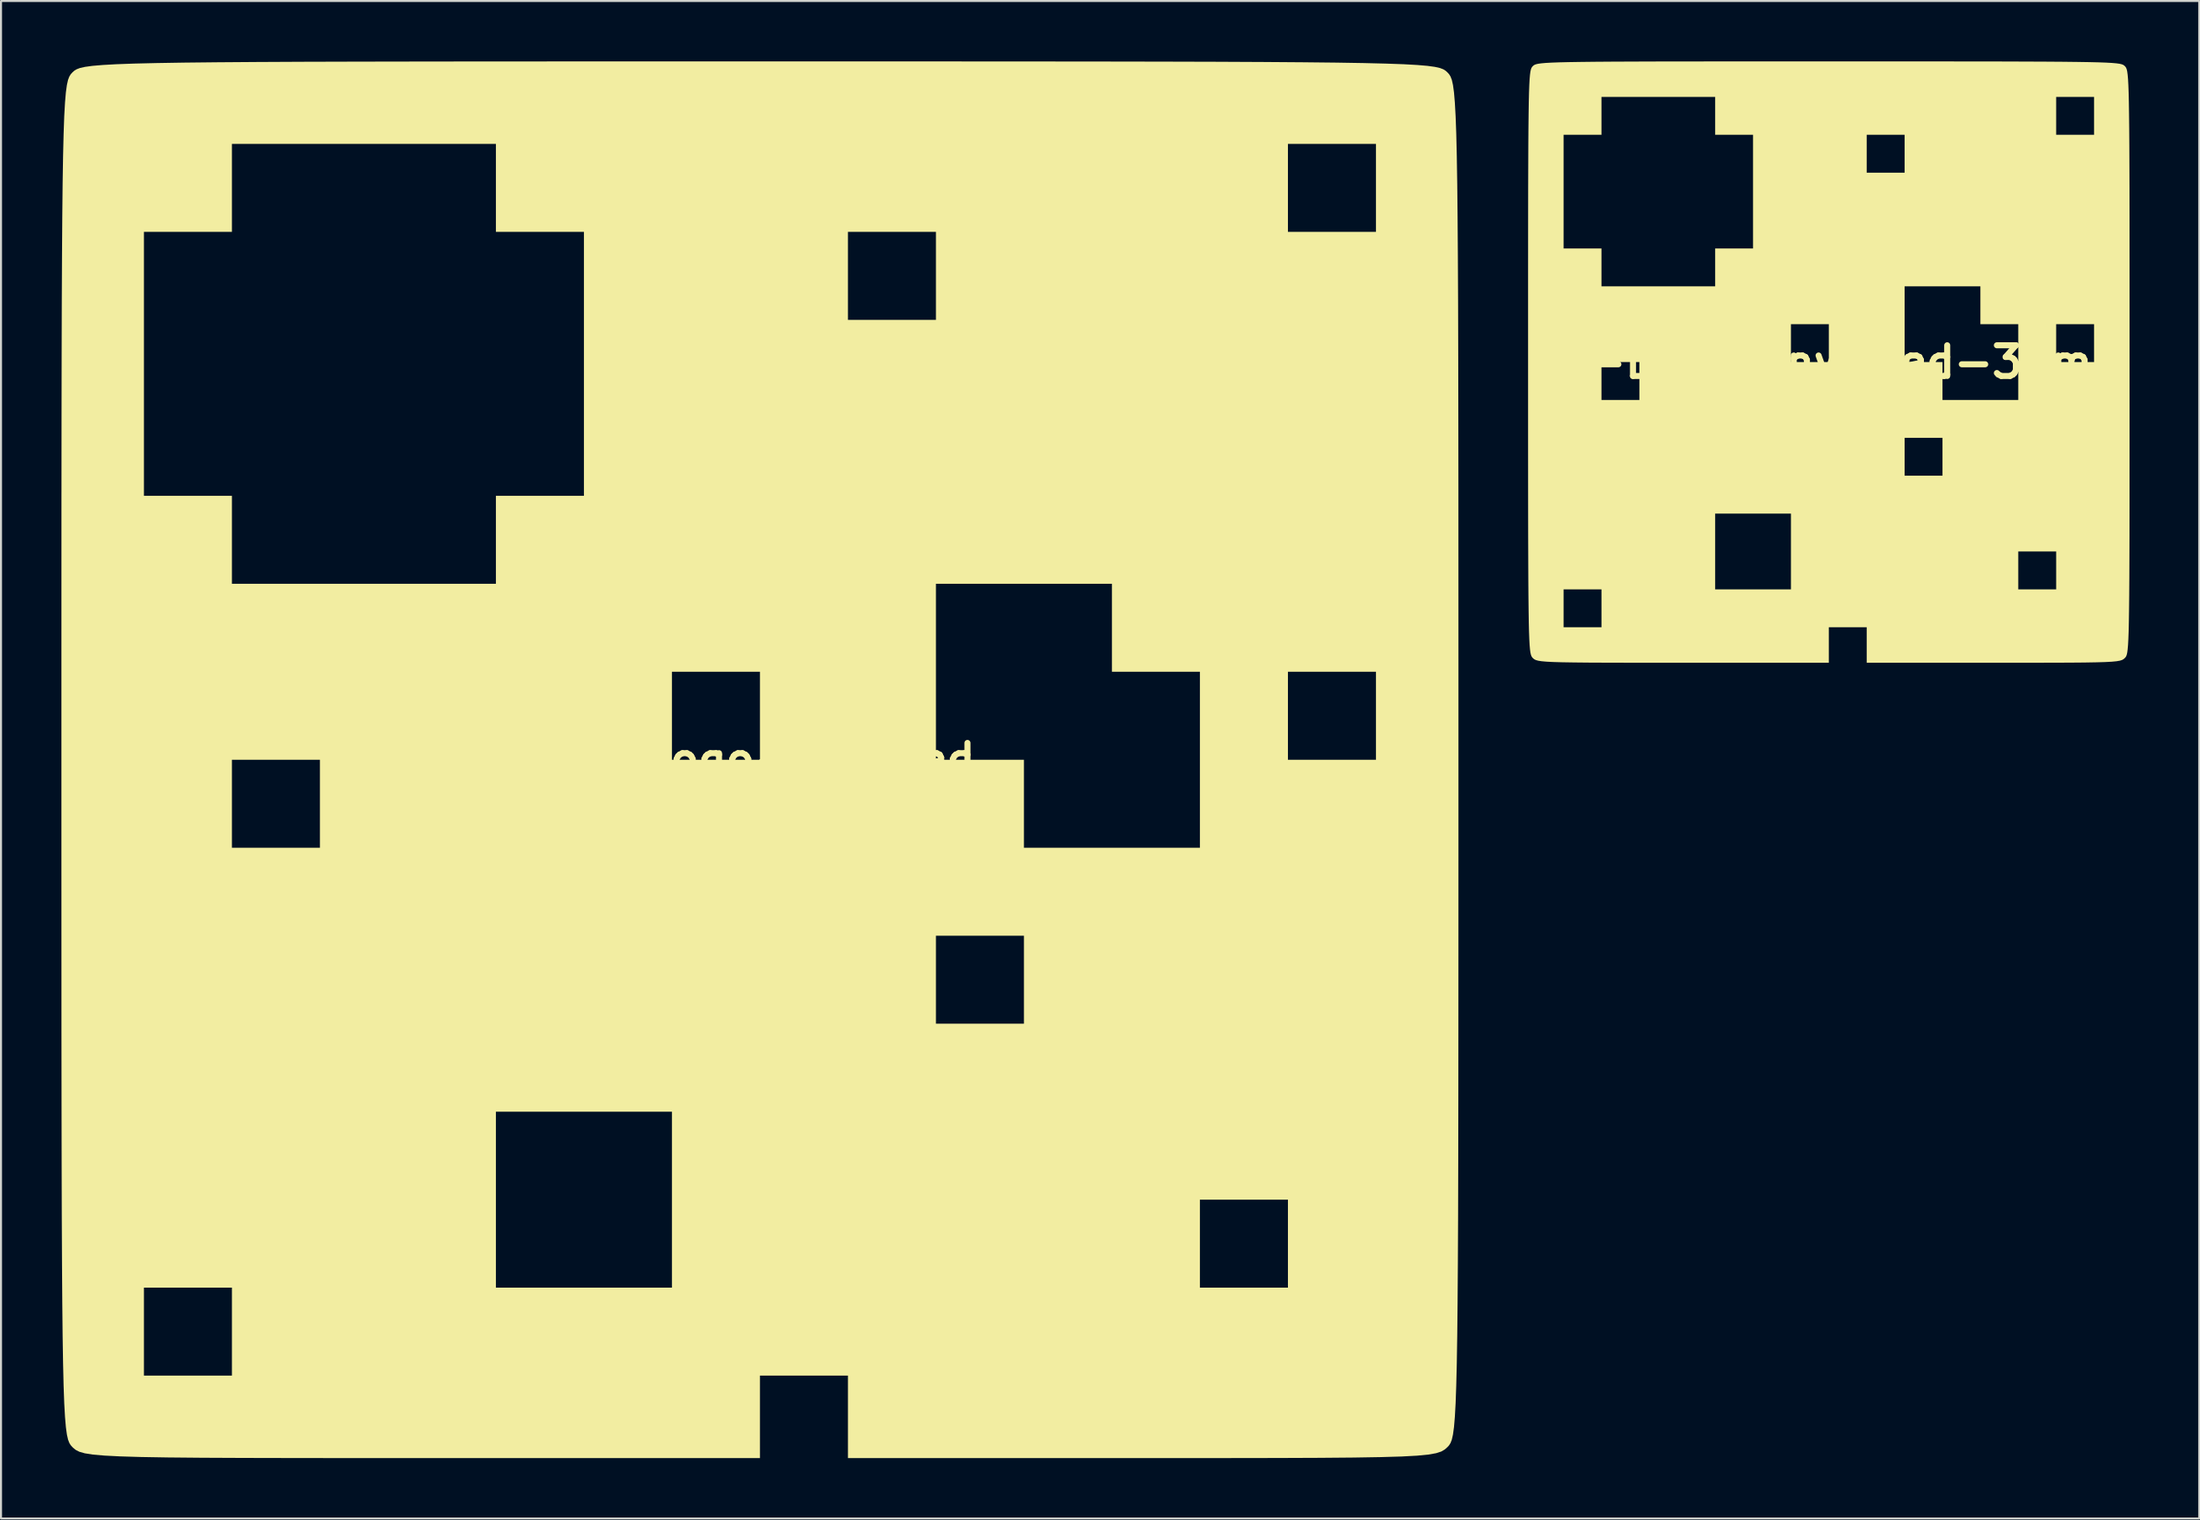
<source format=kicad_pcb>
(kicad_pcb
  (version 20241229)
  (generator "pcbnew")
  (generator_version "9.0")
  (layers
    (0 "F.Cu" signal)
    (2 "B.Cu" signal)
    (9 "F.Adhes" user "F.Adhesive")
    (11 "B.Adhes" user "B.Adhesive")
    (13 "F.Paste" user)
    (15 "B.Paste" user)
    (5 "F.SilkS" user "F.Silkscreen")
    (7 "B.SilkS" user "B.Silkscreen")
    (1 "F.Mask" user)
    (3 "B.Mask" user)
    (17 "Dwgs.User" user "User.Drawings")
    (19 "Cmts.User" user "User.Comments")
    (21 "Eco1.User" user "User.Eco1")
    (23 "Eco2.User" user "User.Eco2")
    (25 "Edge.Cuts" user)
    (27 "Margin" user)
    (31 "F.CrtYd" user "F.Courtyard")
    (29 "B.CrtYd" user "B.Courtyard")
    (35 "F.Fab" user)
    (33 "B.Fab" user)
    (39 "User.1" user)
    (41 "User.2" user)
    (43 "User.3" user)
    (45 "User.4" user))
  (footprint "BU-Logo-Inverted"
    (layer "F.Cu")
    (at 34.686 34.686)
    (property "Reference" "BU-Logo-Inverted" (at 0 0 0) (layer "F.SilkS") (effects (font (size 1.524 1.524) (thickness 0.3))))
    (attr board_only exclude_from_pos_files exclude_from_bom)
    (fp_poly (pts (xy 4.979 -34.686) (xy 9.44 -34.685) (xy 13.414 -34.683) (xy 16.927 -34.68) (xy 20.01 -34.675) (xy 22.691 -34.668) (xy 25 -34.657) (xy 26.964 -34.643) (xy 28.614 -34.626) (xy 29.977 -34.604) (xy 31.083 -34.577) (xy 31.961 -34.546) (xy 32.639 -34.508) (xy 33.147 -34.465) (xy 33.513 -34.415) (xy 33.767 -34.358) (xy 33.937 -34.293) (xy 34.051 -34.221) (xy 34.14 -34.14) (xy 34.221 -34.051) (xy 34.293 -33.936) (xy 34.358 -33.767) (xy 34.415 -33.513) (xy 34.465 -33.146) (xy 34.508 -32.638) (xy 34.546 -31.96) (xy 34.578 -31.082) (xy 34.604 -29.975) (xy 34.626 -28.611) (xy 34.643 -26.961) (xy 34.657 -24.996) (xy 34.668 -22.687) (xy 34.675 -20.005) (xy 34.68 -16.922) (xy 34.684 -13.407) (xy 34.685 -9.433) (xy 34.686 -4.971) (xy 34.686 0) (xy 34.686 4.979) (xy 34.685 9.44) (xy 34.683 13.414) (xy 34.68 16.927) (xy 34.675 20.01) (xy 34.668 22.691) (xy 34.657 25) (xy 34.643 26.964) (xy 34.626 28.614) (xy 34.604 29.977) (xy 34.577 31.083) (xy 34.546 31.961) (xy 34.508 32.639) (xy 34.465 33.147) (xy 34.415 33.513) (xy 34.358 33.767) (xy 34.293 33.937) (xy 34.221 34.051) (xy 34.14 34.14) (xy 34.006 34.259) (xy 33.833 34.36) (xy 33.577 34.443) (xy 33.193 34.511) (xy 32.636 34.565) (xy 31.862 34.607) (xy 30.825 34.637) (xy 29.481 34.659) (xy 27.785 34.673) (xy 25.692 34.681) (xy 23.158 34.685) (xy 20.138 34.686) (xy 18.982 34.686) (xy 4.37 34.686) (xy 4.37 30.589) (xy 0 30.589) (xy 0 34.686) (xy -16.797 34.686) (xy -20.243 34.686) (xy -23.184 34.683) (xy -25.662 34.678) (xy -27.718 34.669) (xy -29.394 34.654) (xy -30.732 34.632) (xy -31.773 34.601) (xy -32.558 34.561) (xy -33.129 34.511) (xy -33.528 34.448) (xy -33.796 34.371) (xy -33.975 34.28) (xy -34.106 34.173) (xy -34.14 34.14) (xy -34.221 34.051) (xy -34.293 33.936) (xy -34.358 33.767) (xy -34.415 33.513) (xy -34.465 33.146) (xy -34.508 32.638) (xy -34.546 31.96) (xy -34.578 31.082) (xy -34.589 30.589) (xy -30.589 30.589) (xy -26.219 30.589) (xy -26.219 26.219) (xy -13.11 26.219) (xy -4.37 26.219) (xy 21.849 26.219) (xy 26.219 26.219) (xy 26.219 21.849) (xy 21.849 21.849) (xy 21.849 26.219) (xy -4.37 26.219) (xy -4.37 17.48) (xy -13.11 17.48) (xy -13.11 26.219) (xy -26.219 26.219) (xy -30.589 26.219) (xy -30.589 30.589) (xy -34.589 30.589) (xy -34.604 29.975) (xy -34.626 28.611) (xy -34.643 26.961) (xy -34.657 24.996) (xy -34.668 22.687) (xy -34.675 20.005) (xy -34.68 16.922) (xy -34.684 13.407) (xy -34.684 13.11) (xy 8.74 13.11) (xy 13.11 13.11) (xy 13.11 8.74) (xy 8.74 8.74) (xy 8.74 13.11) (xy -34.684 13.11) (xy -34.685 9.433) (xy -34.686 4.971) (xy -34.686 4.37) (xy -26.219 4.37) (xy -21.849 4.37) (xy -21.849 0) (xy -4.37 0) (xy 0 0) (xy 8.74 0) (xy 13.11 0) (xy 13.11 4.37) (xy 21.849 4.37) (xy 21.849 0) (xy 26.219 0) (xy 30.589 0) (xy 30.589 -4.37) (xy 26.219 -4.37) (xy 26.219 0) (xy 21.849 0) (xy 21.849 -4.37) (xy 17.48 -4.37) (xy 17.48 -8.74) (xy 8.74 -8.74) (xy 8.74 0) (xy 0 0) (xy 0 -4.37) (xy -4.37 -4.37) (xy -4.37 0) (xy -21.849 0) (xy -26.219 0) (xy -26.219 4.37) (xy -34.686 4.37) (xy -34.686 0) (xy -34.686 -4.979) (xy -34.685 -9.44) (xy -34.684 -13.11) (xy -30.589 -13.11) (xy -26.219 -13.11) (xy -26.219 -8.74) (xy -13.11 -8.74) (xy -13.11 -13.11) (xy -8.74 -13.11) (xy -8.74 -21.849) (xy 4.37 -21.849) (xy 8.74 -21.849) (xy 8.74 -26.219) (xy 26.219 -26.219) (xy 30.589 -26.219) (xy 30.589 -30.589) (xy 26.219 -30.589) (xy 26.219 -26.219) (xy 8.74 -26.219) (xy 4.37 -26.219) (xy 4.37 -21.849) (xy -8.74 -21.849) (xy -8.74 -26.219) (xy -13.11 -26.219) (xy -13.11 -30.589) (xy -26.219 -30.589) (xy -26.219 -26.219) (xy -30.589 -26.219) (xy -30.589 -13.11) (xy -34.684 -13.11) (xy -34.683 -13.414) (xy -34.68 -16.927) (xy -34.675 -20.01) (xy -34.668 -22.691) (xy -34.657 -25) (xy -34.643 -26.964) (xy -34.626 -28.614) (xy -34.604 -29.977) (xy -34.577 -31.083) (xy -34.546 -31.961) (xy -34.508 -32.639) (xy -34.465 -33.147) (xy -34.415 -33.513) (xy -34.358 -33.767) (xy -34.293 -33.937) (xy -34.221 -34.051) (xy -34.14 -34.14) (xy -34.051 -34.221) (xy -33.936 -34.293) (xy -33.767 -34.358) (xy -33.513 -34.415) (xy -33.146 -34.465) (xy -32.638 -34.508) (xy -31.96 -34.546) (xy -31.082 -34.578) (xy -29.975 -34.604) (xy -28.611 -34.626) (xy -26.961 -34.643) (xy -24.996 -34.657) (xy -22.687 -34.668) (xy -20.005 -34.675) (xy -16.922 -34.68) (xy -13.407 -34.684) (xy -9.433 -34.685) (xy -4.971 -34.686) (xy 0 -34.686)) (stroke (width 0) (type solid)) (fill yes) (layer "F.SilkS")))
  (footprint "BU-Logo-Inverted-30mm"
    (layer "F.Cu")
    (at 87.764 14.934)
    (property "Reference" "BU-Logo-Inverted-30mm" (at 0 0 0) (layer "F.SilkS") (effects (font (size 1.524 1.524) (thickness 0.3))))
    (attr board_only exclude_from_pos_files exclude_from_bom)
    (fp_poly (pts (xy 2.144 -14.934) (xy 4.065 -14.934) (xy 5.775 -14.933) (xy 7.288 -14.932) (xy 8.616 -14.93) (xy 9.77 -14.926) (xy 10.764 -14.922) (xy 11.61 -14.916) (xy 12.32 -14.908) (xy 12.907 -14.899) (xy 13.383 -14.888) (xy 13.761 -14.874) (xy 14.053 -14.858) (xy 14.272 -14.839) (xy 14.429 -14.818) (xy 14.539 -14.793) (xy 14.612 -14.765) (xy 14.661 -14.734) (xy 14.699 -14.699) (xy 14.734 -14.661) (xy 14.765 -14.611) (xy 14.793 -14.538) (xy 14.818 -14.429) (xy 14.839 -14.271) (xy 14.858 -14.053) (xy 14.874 -13.76) (xy 14.888 -13.382) (xy 14.899 -12.906) (xy 14.908 -12.319) (xy 14.916 -11.608) (xy 14.922 -10.762) (xy 14.926 -9.768) (xy 14.93 -8.613) (xy 14.932 -7.286) (xy 14.933 -5.773) (xy 14.934 -4.062) (xy 14.934 -2.14) (xy 14.934 0) (xy 14.934 2.144) (xy 14.934 4.065) (xy 14.933 5.775) (xy 14.932 7.288) (xy 14.93 8.616) (xy 14.926 9.77) (xy 14.922 10.764) (xy 14.916 11.61) (xy 14.908 12.32) (xy 14.899 12.907) (xy 14.888 13.383) (xy 14.874 13.761) (xy 14.858 14.053) (xy 14.839 14.272) (xy 14.818 14.429) (xy 14.793 14.539) (xy 14.765 14.612) (xy 14.734 14.661) (xy 14.699 14.699) (xy 14.641 14.751) (xy 14.567 14.794) (xy 14.457 14.83) (xy 14.292 14.859) (xy 14.052 14.882) (xy 13.718 14.9) (xy 13.272 14.913) (xy 12.693 14.923) (xy 11.963 14.929) (xy 11.062 14.932) (xy 9.971 14.934) (xy 8.67 14.934) (xy 8.173 14.934) (xy 1.881 14.934) (xy 1.881 13.17) (xy 0 13.17) (xy 0 14.934) (xy -7.232 14.934) (xy -8.716 14.934) (xy -9.982 14.933) (xy -11.049 14.931) (xy -11.934 14.927) (xy -12.656 14.92) (xy -13.232 14.911) (xy -13.68 14.898) (xy -14.018 14.881) (xy -14.264 14.859) (xy -14.436 14.832) (xy -14.551 14.799) (xy -14.628 14.76) (xy -14.685 14.713) (xy -14.699 14.699) (xy -14.734 14.661) (xy -14.765 14.611) (xy -14.793 14.538) (xy -14.818 14.429) (xy -14.839 14.271) (xy -14.858 14.053) (xy -14.874 13.76) (xy -14.888 13.382) (xy -14.893 13.17) (xy -13.17 13.17) (xy -11.289 13.17) (xy -11.289 11.289) (xy -5.644 11.289) (xy -1.881 11.289) (xy 9.407 11.289) (xy 11.289 11.289) (xy 11.289 9.407) (xy 9.407 9.407) (xy 9.407 11.289) (xy -1.881 11.289) (xy -1.881 7.526) (xy -5.644 7.526) (xy -5.644 11.289) (xy -11.289 11.289) (xy -13.17 11.289) (xy -13.17 13.17) (xy -14.893 13.17) (xy -14.899 12.906) (xy -14.908 12.319) (xy -14.916 11.608) (xy -14.922 10.762) (xy -14.926 9.768) (xy -14.93 8.613) (xy -14.932 7.286) (xy -14.933 5.773) (xy -14.933 5.644) (xy 3.763 5.644) (xy 5.644 5.644) (xy 5.644 3.763) (xy 3.763 3.763) (xy 3.763 5.644) (xy -14.933 5.644) (xy -14.934 4.062) (xy -14.934 2.14) (xy -14.934 1.881) (xy -11.289 1.881) (xy -9.407 1.881) (xy -9.407 0) (xy -1.881 0) (xy 0 0) (xy 3.763 0) (xy 5.644 0) (xy 5.644 1.881) (xy 9.407 1.881) (xy 9.407 0) (xy 11.289 0) (xy 13.17 0) (xy 13.17 -1.881) (xy 11.289 -1.881) (xy 11.289 0) (xy 9.407 0) (xy 9.407 -1.881) (xy 7.526 -1.881) (xy 7.526 -3.763) (xy 3.763 -3.763) (xy 3.763 0) (xy 0 0) (xy 0 -1.881) (xy -1.881 -1.881) (xy -1.881 0) (xy -9.407 0) (xy -11.289 0) (xy -11.289 1.881) (xy -14.934 1.881) (xy -14.934 0) (xy -14.934 -2.144) (xy -14.934 -4.065) (xy -14.933 -5.644) (xy -13.17 -5.644) (xy -11.289 -5.644) (xy -11.289 -3.763) (xy -5.644 -3.763) (xy -5.644 -5.644) (xy -3.763 -5.644) (xy -3.763 -9.407) (xy 1.881 -9.407) (xy 3.763 -9.407) (xy 3.763 -11.289) (xy 11.289 -11.289) (xy 13.17 -11.289) (xy 13.17 -13.17) (xy 11.289 -13.17) (xy 11.289 -11.289) (xy 3.763 -11.289) (xy 1.881 -11.289) (xy 1.881 -9.407) (xy -3.763 -9.407) (xy -3.763 -11.289) (xy -5.644 -11.289) (xy -5.644 -13.17) (xy -11.289 -13.17) (xy -11.289 -11.289) (xy -13.17 -11.289) (xy -13.17 -5.644) (xy -14.933 -5.644) (xy -14.933 -5.775) (xy -14.932 -7.288) (xy -14.93 -8.616) (xy -14.926 -9.77) (xy -14.922 -10.764) (xy -14.916 -11.61) (xy -14.908 -12.32) (xy -14.899 -12.907) (xy -14.888 -13.383) (xy -14.874 -13.761) (xy -14.858 -14.053) (xy -14.839 -14.272) (xy -14.818 -14.429) (xy -14.793 -14.539) (xy -14.765 -14.612) (xy -14.734 -14.661) (xy -14.699 -14.699) (xy -14.661 -14.734) (xy -14.611 -14.765) (xy -14.538 -14.793) (xy -14.429 -14.818) (xy -14.271 -14.839) (xy -14.053 -14.858) (xy -13.76 -14.874) (xy -13.382 -14.888) (xy -12.906 -14.899) (xy -12.319 -14.908) (xy -11.608 -14.916) (xy -10.762 -14.922) (xy -9.768 -14.926) (xy -8.613 -14.93) (xy -7.286 -14.932) (xy -5.773 -14.933) (xy -4.062 -14.934) (xy -2.14 -14.934) (xy 0 -14.934)) (stroke (width 0) (type solid)) (fill yes) (layer "F.SilkS")))
  (gr_rect
    (start -3 -3)
    (end 106.157 72.372)
    (stroke (width 0.1) (type default))
    (fill no)
    (layer "Edge.Cuts")))
</source>
